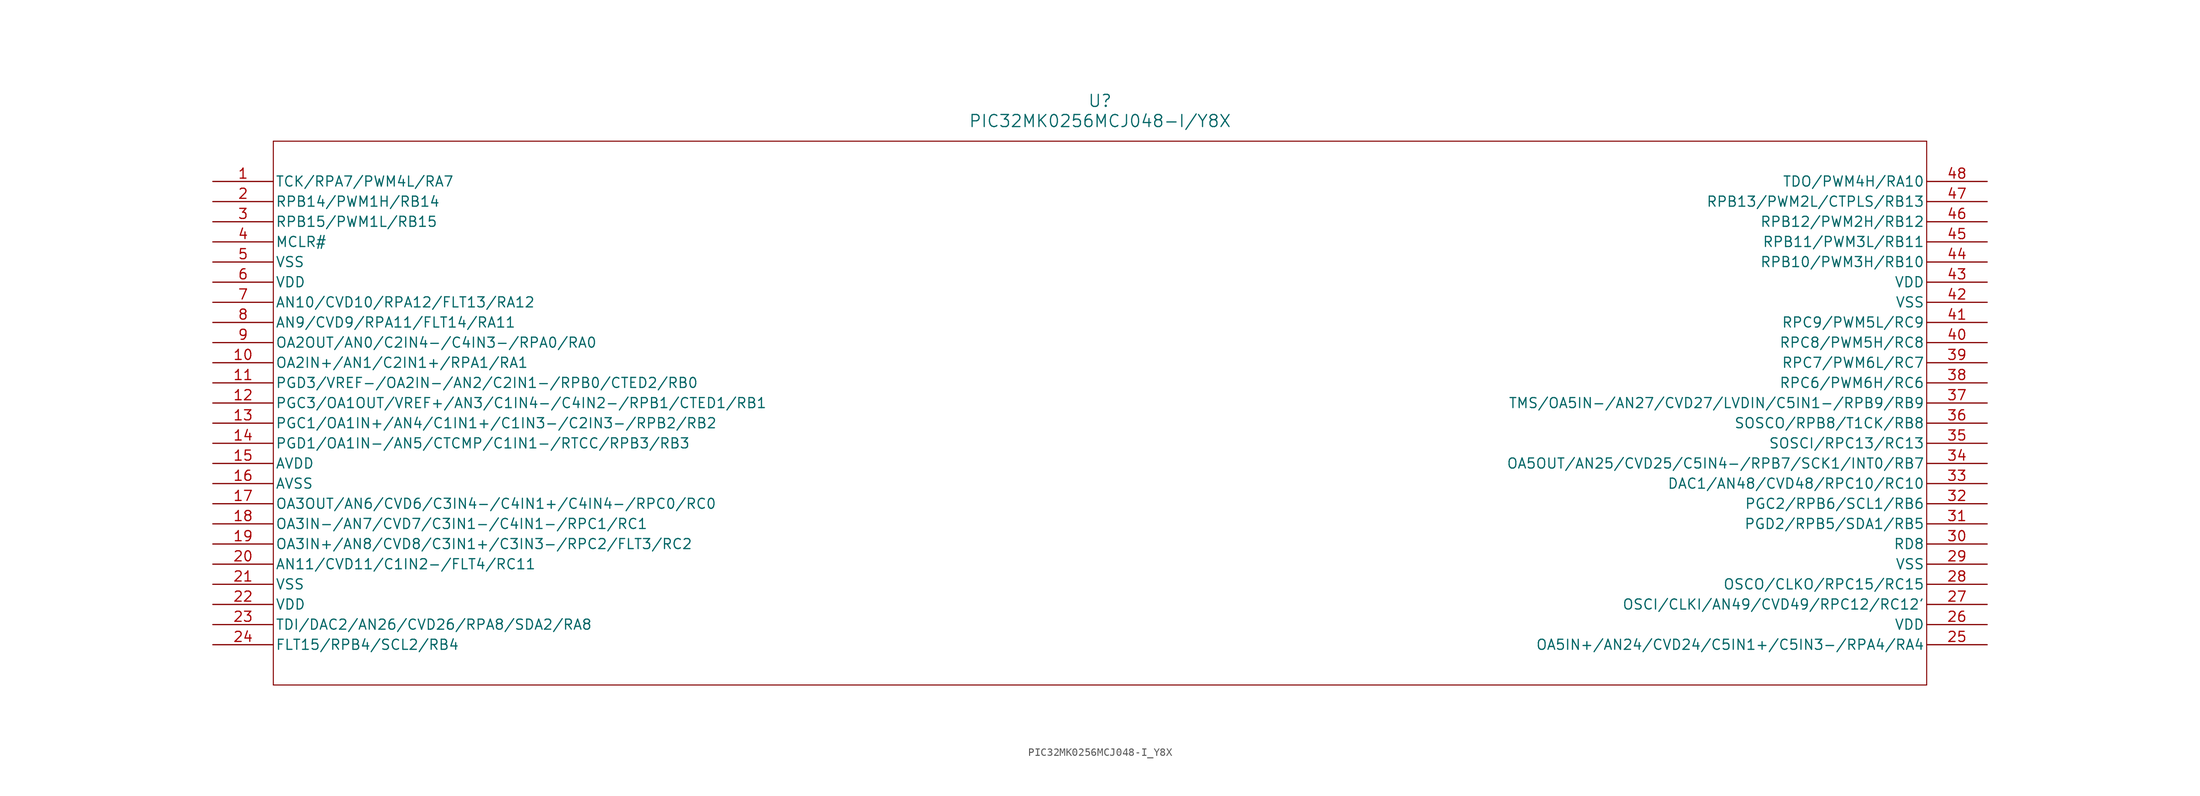
<source format=kicad_sym>
(kicad_symbol_lib
  (version 20211014)
  (generator kicad_symbol_editor)
  (symbol "PIC32MK0256MCJ048-I_Y8X"
    (pin_names
      (offset 0.254))
    (property "Reference" "U"
      (at 111.76 10.16 0)
      (effects (font (size 1.524 1.524))))
    (property "Value" "PIC32MK0256MCJ048-I/Y8X"
      (at 111.76 7.62 0)
      (effects (font (size 1.524 1.524))))
    (symbol "PIC32MK0256MCJ048-I_Y8X_0_1"
      (polyline (pts (xy 7.62 5.08) (xy 7.62 -63.5)) (stroke (width 0.127) (type default) (color 0 0 0 0)) (fill (type none)))
      (polyline (pts (xy 7.62 -63.5) (xy 215.9 -63.5)) (stroke (width 0.127) (type default) (color 0 0 0 0)) (fill (type none)))
      (polyline (pts (xy 215.9 -63.5) (xy 215.9 5.08)) (stroke (width 0.127) (type default) (color 0 0 0 0)) (fill (type none)))
      (polyline (pts (xy 215.9 5.08) (xy 7.62 5.08)) (stroke (width 0.127) (type default) (color 0 0 0 0)) (fill (type none)))
      (pin bidirectional line (at 0 0 0) (length 7.62) (name "TCK/RPA7/PWM4L/RA7" (effects (font (size 1.27 1.27)))) (number "1" (effects (font (size 1.27 1.27)))))
      (pin bidirectional line (at 0 -2.54 0) (length 7.62) (name "RPB14/PWM1H/RB14" (effects (font (size 1.27 1.27)))) (number "2" (effects (font (size 1.27 1.27)))))
      (pin bidirectional line (at 0 -5.08 0) (length 7.62) (name "RPB15/PWM1L/RB15" (effects (font (size 1.27 1.27)))) (number "3" (effects (font (size 1.27 1.27)))))
      (pin input line (at 0 -7.62 0) (length 7.62) (name "MCLR#" (effects (font (size 1.27 1.27)))) (number "4" (effects (font (size 1.27 1.27)))))
      (pin power_out line (at 0 -10.16 0) (length 7.62) (name "VSS" (effects (font (size 1.27 1.27)))) (number "5" (effects (font (size 1.27 1.27)))))
      (pin power_in line (at 0 -12.7 0) (length 7.62) (name "VDD" (effects (font (size 1.27 1.27)))) (number "6" (effects (font (size 1.27 1.27)))))
      (pin bidirectional line (at 0 -15.24 0) (length 7.62) (name "AN10/CVD10/RPA12/FLT13/RA12" (effects (font (size 1.27 1.27)))) (number "7" (effects (font (size 1.27 1.27)))))
      (pin bidirectional line (at 0 -17.78 0) (length 7.62) (name "AN9/CVD9/RPA11/FLT14/RA11" (effects (font (size 1.27 1.27)))) (number "8" (effects (font (size 1.27 1.27)))))
      (pin bidirectional line (at 0 -20.32 0) (length 7.62) (name "OA2OUT/AN0/C2IN4-/C4IN3-/RPA0/RA0" (effects (font (size 1.27 1.27)))) (number "9" (effects (font (size 1.27 1.27)))))
      (pin bidirectional line (at 0 -22.86 0) (length 7.62) (name "OA2IN+/AN1/C2IN1+/RPA1/RA1" (effects (font (size 1.27 1.27)))) (number "10" (effects (font (size 1.27 1.27)))))
      (pin bidirectional line (at 0 -25.4 0) (length 7.62) (name "PGD3/VREF-/OA2IN-/AN2/C2IN1-/RPB0/CTED2/RB0" (effects (font (size 1.27 1.27)))) (number "11" (effects (font (size 1.27 1.27)))))
      (pin bidirectional line (at 0 -27.94 0) (length 7.62) (name "PGC3/OA1OUT/VREF+/AN3/C1IN4-/C4IN2-/RPB1/CTED1/RB1" (effects (font (size 1.27 1.27)))) (number "12" (effects (font (size 1.27 1.27)))))
      (pin bidirectional line (at 0 -30.48 0) (length 7.62) (name "PGC1/OA1IN+/AN4/C1IN1+/C1IN3-/C2IN3-/RPB2/RB2" (effects (font (size 1.27 1.27)))) (number "13" (effects (font (size 1.27 1.27)))))
      (pin bidirectional line (at 0 -33.02 0) (length 7.62) (name "PGD1/OA1IN-/AN5/CTCMP/C1IN1-/RTCC/RPB3/RB3" (effects (font (size 1.27 1.27)))) (number "14" (effects (font (size 1.27 1.27)))))
      (pin power_in line (at 0 -35.56 0) (length 7.62) (name "AVDD" (effects (font (size 1.27 1.27)))) (number "15" (effects (font (size 1.27 1.27)))))
      (pin power_out line (at 0 -38.1 0) (length 7.62) (name "AVSS" (effects (font (size 1.27 1.27)))) (number "16" (effects (font (size 1.27 1.27)))))
      (pin bidirectional line (at 0 -40.64 0) (length 7.62) (name "OA3OUT/AN6/CVD6/C3IN4-/C4IN1+/C4IN4-/RPC0/RC0" (effects (font (size 1.27 1.27)))) (number "17" (effects (font (size 1.27 1.27)))))
      (pin bidirectional line (at 0 -43.18 0) (length 7.62) (name "OA3IN-/AN7/CVD7/C3IN1-/C4IN1-/RPC1/RC1" (effects (font (size 1.27 1.27)))) (number "18" (effects (font (size 1.27 1.27)))))
      (pin bidirectional line (at 0 -45.72 0) (length 7.62) (name "OA3IN+/AN8/CVD8/C3IN1+/C3IN3-/RPC2/FLT3/RC2" (effects (font (size 1.27 1.27)))) (number "19" (effects (font (size 1.27 1.27)))))
      (pin bidirectional line (at 0 -48.26 0) (length 7.62) (name "AN11/CVD11/C1IN2-/FLT4/RC11" (effects (font (size 1.27 1.27)))) (number "20" (effects (font (size 1.27 1.27)))))
      (pin power_out line (at 0 -50.8 0) (length 7.62) (name "VSS" (effects (font (size 1.27 1.27)))) (number "21" (effects (font (size 1.27 1.27)))))
      (pin power_in line (at 0 -53.34 0) (length 7.62) (name "VDD" (effects (font (size 1.27 1.27)))) (number "22" (effects (font (size 1.27 1.27)))))
      (pin bidirectional line (at 0 -55.88 0) (length 7.62) (name "TDI/DAC2/AN26/CVD26/RPA8/SDA2/RA8" (effects (font (size 1.27 1.27)))) (number "23" (effects (font (size 1.27 1.27)))))
      (pin bidirectional line (at 0 -58.42 0) (length 7.62) (name "FLT15/RPB4/SCL2/RB4" (effects (font (size 1.27 1.27)))) (number "24" (effects (font (size 1.27 1.27)))))
      (pin bidirectional line (at 223.52 -58.42 180) (length 7.62) (name "OA5IN+/AN24/CVD24/C5IN1+/C5IN3-/RPA4/RA4" (effects (font (size 1.27 1.27)))) (number "25" (effects (font (size 1.27 1.27)))))
      (pin power_in line (at 223.52 -55.88 180) (length 7.62) (name "VDD" (effects (font (size 1.27 1.27)))) (number "26" (effects (font (size 1.27 1.27)))))
      (pin bidirectional line (at 223.52 -53.34 180) (length 7.62) (name "OSCI/CLKI/AN49/CVD49/RPC12/RC12'" (effects (font (size 1.27 1.27)))) (number "27" (effects (font (size 1.27 1.27)))))
      (pin bidirectional line (at 223.52 -50.8 180) (length 7.62) (name "OSCO/CLKO/RPC15/RC15" (effects (font (size 1.27 1.27)))) (number "28" (effects (font (size 1.27 1.27)))))
      (pin power_out line (at 223.52 -48.26 180) (length 7.62) (name "VSS" (effects (font (size 1.27 1.27)))) (number "29" (effects (font (size 1.27 1.27)))))
      (pin bidirectional line (at 223.52 -45.72 180) (length 7.62) (name "RD8" (effects (font (size 1.27 1.27)))) (number "30" (effects (font (size 1.27 1.27)))))
      (pin bidirectional line (at 223.52 -43.18 180) (length 7.62) (name "PGD2/RPB5/SDA1/RB5" (effects (font (size 1.27 1.27)))) (number "31" (effects (font (size 1.27 1.27)))))
      (pin bidirectional line (at 223.52 -40.64 180) (length 7.62) (name "PGC2/RPB6/SCL1/RB6" (effects (font (size 1.27 1.27)))) (number "32" (effects (font (size 1.27 1.27)))))
      (pin bidirectional line (at 223.52 -38.1 180) (length 7.62) (name "DAC1/AN48/CVD48/RPC10/RC10" (effects (font (size 1.27 1.27)))) (number "33" (effects (font (size 1.27 1.27)))))
      (pin bidirectional line (at 223.52 -35.56 180) (length 7.62) (name "OA5OUT/AN25/CVD25/C5IN4-/RPB7/SCK1/INT0/RB7" (effects (font (size 1.27 1.27)))) (number "34" (effects (font (size 1.27 1.27)))))
      (pin bidirectional line (at 223.52 -33.02 180) (length 7.62) (name "SOSCI/RPC13/RC13" (effects (font (size 1.27 1.27)))) (number "35" (effects (font (size 1.27 1.27)))))
      (pin bidirectional line (at 223.52 -30.48 180) (length 7.62) (name "SOSCO/RPB8/T1CK/RB8" (effects (font (size 1.27 1.27)))) (number "36" (effects (font (size 1.27 1.27)))))
      (pin bidirectional line (at 223.52 -27.94 180) (length 7.62) (name "TMS/OA5IN-/AN27/CVD27/LVDIN/C5IN1-/RPB9/RB9" (effects (font (size 1.27 1.27)))) (number "37" (effects (font (size 1.27 1.27)))))
      (pin bidirectional line (at 223.52 -25.4 180) (length 7.62) (name "RPC6/PWM6H/RC6" (effects (font (size 1.27 1.27)))) (number "38" (effects (font (size 1.27 1.27)))))
      (pin bidirectional line (at 223.52 -22.86 180) (length 7.62) (name "RPC7/PWM6L/RC7" (effects (font (size 1.27 1.27)))) (number "39" (effects (font (size 1.27 1.27)))))
      (pin bidirectional line (at 223.52 -20.32 180) (length 7.62) (name "RPC8/PWM5H/RC8" (effects (font (size 1.27 1.27)))) (number "40" (effects (font (size 1.27 1.27)))))
      (pin bidirectional line (at 223.52 -17.78 180) (length 7.62) (name "RPC9/PWM5L/RC9" (effects (font (size 1.27 1.27)))) (number "41" (effects (font (size 1.27 1.27)))))
      (pin power_out line (at 223.52 -15.24 180) (length 7.62) (name "VSS" (effects (font (size 1.27 1.27)))) (number "42" (effects (font (size 1.27 1.27)))))
      (pin power_in line (at 223.52 -12.7 180) (length 7.62) (name "VDD" (effects (font (size 1.27 1.27)))) (number "43" (effects (font (size 1.27 1.27)))))
      (pin bidirectional line (at 223.52 -10.16 180) (length 7.62) (name "RPB10/PWM3H/RB10" (effects (font (size 1.27 1.27)))) (number "44" (effects (font (size 1.27 1.27)))))
      (pin bidirectional line (at 223.52 -7.62 180) (length 7.62) (name "RPB11/PWM3L/RB11" (effects (font (size 1.27 1.27)))) (number "45" (effects (font (size 1.27 1.27)))))
      (pin bidirectional line (at 223.52 -5.08 180) (length 7.62) (name "RPB12/PWM2H/RB12" (effects (font (size 1.27 1.27)))) (number "46" (effects (font (size 1.27 1.27)))))
      (pin bidirectional line (at 223.52 -2.54 180) (length 7.62) (name "RPB13/PWM2L/CTPLS/RB13" (effects (font (size 1.27 1.27)))) (number "47" (effects (font (size 1.27 1.27)))))
      (pin bidirectional line (at 223.52 0 180) (length 7.62) (name "TDO/PWM4H/RA10" (effects (font (size 1.27 1.27)))) (number "48" (effects (font (size 1.27 1.27))))))))
</source>
